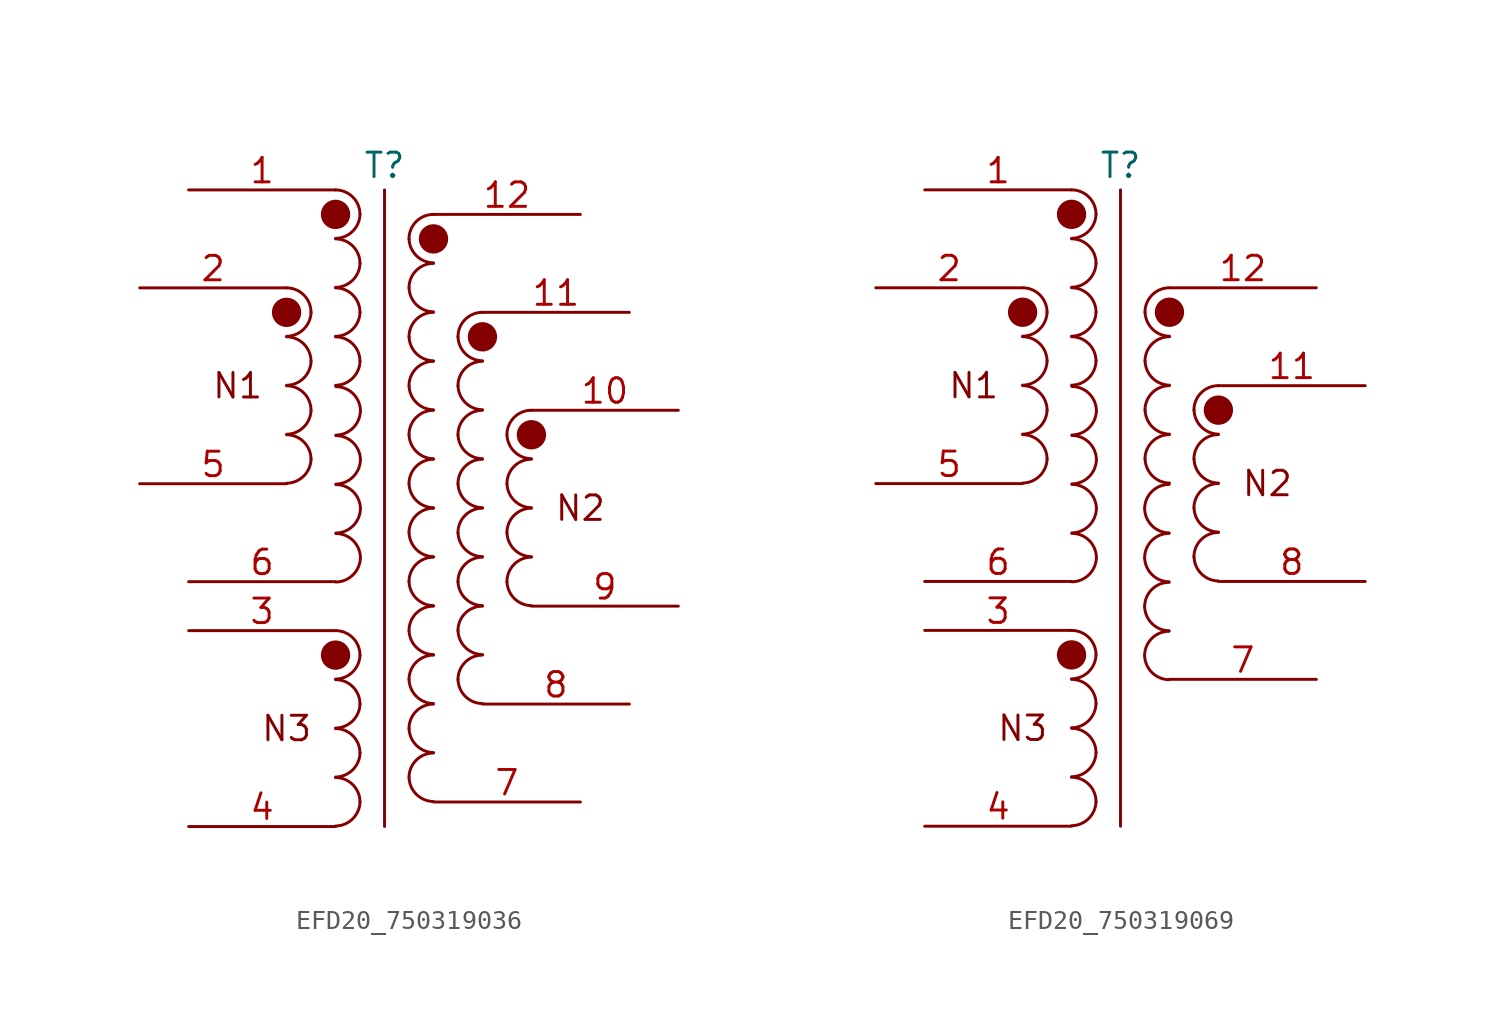
<source format=kicad_sym>
(kicad_symbol_lib
  (version 20220914)
  (generator kicad_symbol_editor)
  (symbol "EFD20_750319036"
    (pin_names hide)
    (property "Reference" "T"
      (at 0 17.78 0)
      (effects (font (size 1.27 1.27))))
    (property "Critical Parameter" ""
      (at 0 -5.08 0)
      (effects (font (size 1.27 1.27)) (justify left)))
    (symbol "EFD20_750319036_0_1"
      (arc (start -5.08 1.2954) (mid -4.1961 1.6637) (end -3.81 2.54) (stroke (width 0) (type default)) (fill (type none)))
      (arc (start -5.08 3.8354) (mid -4.1961 4.2037) (end -3.81 5.08) (stroke (width 0) (type default)) (fill (type none)))
      (arc (start -5.08 6.3754) (mid -4.1961 6.7437) (end -3.81 7.62) (stroke (width 0) (type default)) (fill (type none)))
      (arc (start -5.08 8.9154) (mid -4.1961 9.2837) (end -3.81 10.16) (stroke (width 0) (type default)) (fill (type none)))
      (arc (start -3.81 2.54) (mid -4.182 3.438) (end -5.08 3.81) (stroke (width 0) (type default)) (fill (type none)))
      (arc (start -3.81 5.08) (mid -4.182 5.978) (end -5.08 6.35) (stroke (width 0) (type default)) (fill (type none)))
      (arc (start -3.81 7.62) (mid -4.182 8.518) (end -5.08 8.89) (stroke (width 0) (type default)) (fill (type none)))
      (arc (start -3.81 10.16) (mid -4.182 11.058) (end -5.08 11.43) (stroke (width 0) (type default)) (fill (type none)))
      (arc (start -2.54 -16.4846) (mid -1.6561 -16.1163) (end -1.27 -15.24) (stroke (width 0) (type default)) (fill (type none)))
      (arc (start -2.54 -13.9446) (mid -1.6561 -13.5763) (end -1.27 -12.7) (stroke (width 0) (type default)) (fill (type none)))
      (arc (start -2.54 -11.4046) (mid -1.6561 -11.0363) (end -1.27 -10.16) (stroke (width 0) (type default)) (fill (type none)))
      (arc (start -2.54 -8.8646) (mid -1.6561 -8.4963) (end -1.27 -7.62) (stroke (width 0) (type default)) (fill (type none)))
      (arc (start -2.54 6.3754) (mid -1.6561 6.7437) (end -1.27 7.62) (stroke (width 0) (type default)) (fill (type none)))
      (arc (start -2.54 8.9154) (mid -1.6561 9.2837) (end -1.27 10.16) (stroke (width 0) (type default)) (fill (type none)))
      (arc (start -2.54 11.4554) (mid -1.6561 11.8237) (end -1.27 12.7) (stroke (width 0) (type default)) (fill (type none)))
      (arc (start -2.54 13.9954) (mid -1.6561 14.3637) (end -1.27 15.24) (stroke (width 0) (type default)) (fill (type none)))
      (arc (start -2.5215 -3.8291) (mid -1.6376 -3.4608) (end -1.2515 -2.5845) (stroke (width 0) (type default)) (fill (type none)))
      (arc (start -2.5215 -1.2891) (mid -1.6376 -0.9208) (end -1.2515 -0.0445) (stroke (width 0) (type default)) (fill (type none)))
      (arc (start -2.5215 1.2509) (mid -1.6376 1.6192) (end -1.2515 2.4955) (stroke (width 0) (type default)) (fill (type none)))
      (arc (start -2.5215 3.7909) (mid -1.6376 4.1592) (end -1.2515 5.0355) (stroke (width 0) (type default)) (fill (type none)))
      (arc (start -1.27 -15.24) (mid -1.642 -14.342) (end -2.54 -13.97) (stroke (width 0) (type default)) (fill (type none)))
      (arc (start -1.27 -12.7) (mid -1.642 -11.802) (end -2.54 -11.43) (stroke (width 0) (type default)) (fill (type none)))
      (arc (start -1.27 -10.16) (mid -1.642 -9.262) (end -2.54 -8.89) (stroke (width 0) (type default)) (fill (type none)))
      (arc (start -1.27 -7.62) (mid -1.642 -6.722) (end -2.54 -6.35) (stroke (width 0) (type default)) (fill (type none)))
      (arc (start -1.27 7.62) (mid -1.642 8.518) (end -2.54 8.89) (stroke (width 0) (type default)) (fill (type none)))
      (arc (start -1.27 10.16) (mid -1.642 11.058) (end -2.54 11.43) (stroke (width 0) (type default)) (fill (type none)))
      (arc (start -1.27 12.7) (mid -1.642 13.598) (end -2.54 13.97) (stroke (width 0) (type default)) (fill (type none)))
      (arc (start -1.27 15.24) (mid -1.642 16.138) (end -2.54 16.51) (stroke (width 0) (type default)) (fill (type none)))
      (arc (start -1.2515 -2.5845) (mid -1.6235 -1.6865) (end -2.5215 -1.3145) (stroke (width 0) (type default)) (fill (type none)))
      (arc (start -1.2515 -0.0445) (mid -1.6235 0.8535) (end -2.5215 1.2255) (stroke (width 0) (type default)) (fill (type none)))
      (arc (start -1.2515 2.4955) (mid -1.6235 3.3935) (end -2.5215 3.7655) (stroke (width 0) (type default)) (fill (type none)))
      (arc (start -1.2515 5.0355) (mid -1.6235 5.9335) (end -2.5215 6.3055) (stroke (width 0) (type default)) (fill (type none)))
      (polyline (pts (xy 0 16.51) (xy 0 -16.51)) (stroke (width 0) (type default)) (fill (type none)))
      (arc (start 1.27 -13.97) (mid 1.656 -14.8464) (end 2.54 -15.2146) (stroke (width 0) (type default)) (fill (type none)))
      (arc (start 1.27 -11.43) (mid 1.656 -12.3064) (end 2.54 -12.6746) (stroke (width 0) (type default)) (fill (type none)))
      (arc (start 1.27 -8.89) (mid 1.656 -9.7664) (end 2.54 -10.1346) (stroke (width 0) (type default)) (fill (type none)))
      (arc (start 1.27 -6.35) (mid 1.656 -7.2264) (end 2.54 -7.5946) (stroke (width 0) (type default)) (fill (type none)))
      (arc (start 1.27 -3.81) (mid 1.656 -4.6864) (end 2.54 -5.0546) (stroke (width 0) (type default)) (fill (type none)))
      (arc (start 1.27 -1.27) (mid 1.656 -2.1464) (end 2.54 -2.5146) (stroke (width 0) (type default)) (fill (type none)))
      (arc (start 1.27 1.27) (mid 1.656 0.3936) (end 2.54 0.0254) (stroke (width 0) (type default)) (fill (type none)))
      (arc (start 1.27 3.81) (mid 1.656 2.9336) (end 2.54 2.5654) (stroke (width 0) (type default)) (fill (type none)))
      (arc (start 1.27 6.35) (mid 1.656 5.4736) (end 2.54 5.1054) (stroke (width 0) (type default)) (fill (type none)))
      (arc (start 1.27 8.89) (mid 1.656 8.0136) (end 2.54 7.6454) (stroke (width 0) (type default)) (fill (type none)))
      (arc (start 1.27 11.43) (mid 1.656 10.5536) (end 2.54 10.1854) (stroke (width 0) (type default)) (fill (type none)))
      (arc (start 1.27 13.97) (mid 1.656 13.0936) (end 2.54 12.7254) (stroke (width 0) (type default)) (fill (type none)))
      (arc (start 2.54 -12.7) (mid 1.642 -13.072) (end 1.27 -13.97) (stroke (width 0) (type default)) (fill (type none)))
      (arc (start 2.54 -10.16) (mid 1.642 -10.532) (end 1.27 -11.43) (stroke (width 0) (type default)) (fill (type none)))
      (arc (start 2.54 -7.62) (mid 1.642 -7.992) (end 1.27 -8.89) (stroke (width 0) (type default)) (fill (type none)))
      (arc (start 2.54 -5.08) (mid 1.642 -5.452) (end 1.27 -6.35) (stroke (width 0) (type default)) (fill (type none)))
      (arc (start 2.54 -2.54) (mid 1.642 -2.912) (end 1.27 -3.81) (stroke (width 0) (type default)) (fill (type none)))
      (arc (start 2.54 0) (mid 1.642 -0.372) (end 1.27 -1.27) (stroke (width 0) (type default)) (fill (type none)))
      (arc (start 2.54 2.54) (mid 1.642 2.168) (end 1.27 1.27) (stroke (width 0) (type default)) (fill (type none)))
      (arc (start 2.54 5.08) (mid 1.642 4.708) (end 1.27 3.81) (stroke (width 0) (type default)) (fill (type none)))
      (arc (start 2.54 7.62) (mid 1.642 7.248) (end 1.27 6.35) (stroke (width 0) (type default)) (fill (type none)))
      (arc (start 2.54 10.16) (mid 1.642 9.788) (end 1.27 8.89) (stroke (width 0) (type default)) (fill (type none)))
      (arc (start 2.54 12.7) (mid 1.642 12.328) (end 1.27 11.43) (stroke (width 0) (type default)) (fill (type none)))
      (arc (start 2.54 15.24) (mid 1.642 14.868) (end 1.27 13.97) (stroke (width 0) (type default)) (fill (type none)))
      (arc (start 3.81 -8.89) (mid 4.196 -9.7664) (end 5.08 -10.1346) (stroke (width 0) (type default)) (fill (type none)))
      (arc (start 3.81 -6.35) (mid 4.196 -7.2264) (end 5.08 -7.5946) (stroke (width 0) (type default)) (fill (type none)))
      (arc (start 3.81 -3.81) (mid 4.196 -4.6864) (end 5.08 -5.0546) (stroke (width 0) (type default)) (fill (type none)))
      (arc (start 3.81 -1.27) (mid 4.196 -2.1464) (end 5.08 -2.5146) (stroke (width 0) (type default)) (fill (type none)))
      (arc (start 3.81 1.27) (mid 4.196 0.3936) (end 5.08 0.0254) (stroke (width 0) (type default)) (fill (type none)))
      (arc (start 3.81 3.81) (mid 4.196 2.9336) (end 5.08 2.5654) (stroke (width 0) (type default)) (fill (type none)))
      (arc (start 3.81 6.35) (mid 4.196 5.4736) (end 5.08 5.1054) (stroke (width 0) (type default)) (fill (type none)))
      (arc (start 3.81 8.89) (mid 4.196 8.0136) (end 5.08 7.6454) (stroke (width 0) (type default)) (fill (type none)))
      (arc (start 5.08 -7.62) (mid 4.182 -7.992) (end 3.81 -8.89) (stroke (width 0) (type default)) (fill (type none)))
      (arc (start 5.08 -5.08) (mid 4.182 -5.452) (end 3.81 -6.35) (stroke (width 0) (type default)) (fill (type none)))
      (arc (start 5.08 -2.54) (mid 4.182 -2.912) (end 3.81 -3.81) (stroke (width 0) (type default)) (fill (type none)))
      (arc (start 5.08 0) (mid 4.182 -0.372) (end 3.81 -1.27) (stroke (width 0) (type default)) (fill (type none)))
      (arc (start 5.08 2.54) (mid 4.182 2.168) (end 3.81 1.27) (stroke (width 0) (type default)) (fill (type none)))
      (arc (start 5.08 5.08) (mid 4.182 4.708) (end 3.81 3.81) (stroke (width 0) (type default)) (fill (type none)))
      (arc (start 5.08 7.62) (mid 4.182 7.248) (end 3.81 6.35) (stroke (width 0) (type default)) (fill (type none)))
      (arc (start 5.08 10.16) (mid 4.182 9.788) (end 3.81 8.89) (stroke (width 0) (type default)) (fill (type none)))
      (arc (start 6.35 -3.81) (mid 6.7361 -4.6863) (end 7.62 -5.0546) (stroke (width 0) (type default)) (fill (type none)))
      (arc (start 6.35 -1.27) (mid 6.7361 -2.1463) (end 7.62 -2.5146) (stroke (width 0) (type default)) (fill (type none)))
      (arc (start 6.35 1.27) (mid 6.7361 0.3937) (end 7.62 0.0254) (stroke (width 0) (type default)) (fill (type none)))
      (arc (start 6.35 3.81) (mid 6.7361 2.9337) (end 7.62 2.5654) (stroke (width 0) (type default)) (fill (type none)))
      (arc (start 7.62 -2.54) (mid 6.722 -2.912) (end 6.35 -3.81) (stroke (width 0) (type default)) (fill (type none)))
      (arc (start 7.62 0) (mid 6.722 -0.372) (end 6.35 -1.27) (stroke (width 0) (type default)) (fill (type none)))
      (arc (start 7.62 2.54) (mid 6.722 2.168) (end 6.35 1.27) (stroke (width 0) (type default)) (fill (type none)))
      (arc (start 7.62 5.08) (mid 6.722 4.708) (end 6.35 3.81) (stroke (width 0) (type default)) (fill (type none))))
    (symbol "EFD20_750319036_1_1"
      (circle (center -5.08 10.16) (radius 0.0001) (stroke (width 0.762) (type default)) (fill (type none)))
      (circle (center -2.54 -7.62) (radius 0.0001) (stroke (width 0.762) (type default)) (fill (type none)))
      (circle (center -2.54 15.24) (radius 0.0001) (stroke (width 0.762) (type default)) (fill (type none)))
      (circle (center 2.54 13.97) (radius 0.0001) (stroke (width 0.762) (type default)) (fill (type none)))
      (circle (center 5.08 8.89) (radius 0.0001) (stroke (width 0.762) (type default)) (fill (type none)))
      (circle (center 7.62 3.81) (radius 0.0001) (stroke (width 0.762) (type default)) (fill (type none)))
      (text "N1" (at -7.62 6.35 0) (effects (font (size 1.27 1.27))))
      (text "N2" (at 10.16 0 0) (effects (font (size 1.27 1.27))))
      (text "N3" (at -5.08 -11.43 0) (effects (font (size 1.27 1.27))))
      (pin passive line (at -10.16 16.51 0) (length 7.62) (name "1" (effects (font (size 1.27 1.27)))) (number "1" (effects (font (size 1.27 1.27)))))
      (pin passive line (at 15.24 5.08 180) (length 7.62) (name "10" (effects (font (size 1.27 1.27)))) (number "10" (effects (font (size 1.27 1.27)))))
      (pin passive line (at 12.7 10.16 180) (length 7.62) (name "11" (effects (font (size 1.27 1.27)))) (number "11" (effects (font (size 1.27 1.27)))))
      (pin passive line (at 10.16 15.24 180) (length 7.62) (name "12" (effects (font (size 1.27 1.27)))) (number "12" (effects (font (size 1.27 1.27)))))
      (pin passive line (at -12.7 11.43 0) (length 7.62) (name "2" (effects (font (size 1.27 1.27)))) (number "2" (effects (font (size 1.27 1.27)))))
      (pin passive line (at -10.16 -6.35 0) (length 7.62) (name "3" (effects (font (size 1.27 1.27)))) (number "3" (effects (font (size 1.27 1.27)))))
      (pin passive line (at -10.16 -16.51 0) (length 7.62) (name "4" (effects (font (size 1.27 1.27)))) (number "4" (effects (font (size 1.27 1.27)))))
      (pin passive line (at -12.7 1.27 0) (length 7.62) (name "5" (effects (font (size 1.27 1.27)))) (number "5" (effects (font (size 1.27 1.27)))))
      (pin passive line (at -10.16 -3.81 0) (length 7.62) (name "6" (effects (font (size 1.27 1.27)))) (number "6" (effects (font (size 1.27 1.27)))))
      (pin passive line (at 10.16 -15.24 180) (length 7.62) (name "7" (effects (font (size 1.27 1.27)))) (number "7" (effects (font (size 1.27 1.27)))))
      (pin passive line (at 12.7 -10.16 180) (length 7.62) (name "8" (effects (font (size 1.27 1.27)))) (number "8" (effects (font (size 1.27 1.27)))))
      (pin passive line (at 15.24 -5.08 180) (length 7.62) (name "9" (effects (font (size 1.27 1.27)))) (number "9" (effects (font (size 1.27 1.27)))))))
  (symbol "EFD20_750319069"
    (pin_names hide)
    (property "Reference" "T"
      (at 0 16.51 0)
      (effects (font (size 1.27 1.27))))
    (property "Critical Parameter" ""
      (at 0 -5.08 0)
      (effects (font (size 1.27 1.27)) (justify left)))
    (symbol "EFD20_750319069_0_1"
      (arc (start -5.08 0.0254) (mid -4.1961 0.3937) (end -3.81 1.27) (stroke (width 0) (type default)) (fill (type none)))
      (arc (start -5.08 2.5654) (mid -4.1961 2.9337) (end -3.81 3.81) (stroke (width 0) (type default)) (fill (type none)))
      (arc (start -5.08 5.1054) (mid -4.1961 5.4737) (end -3.81 6.35) (stroke (width 0) (type default)) (fill (type none)))
      (arc (start -5.08 7.6454) (mid -4.1961 8.0137) (end -3.81 8.89) (stroke (width 0) (type default)) (fill (type none)))
      (arc (start -3.81 1.27) (mid -4.182 2.168) (end -5.08 2.54) (stroke (width 0) (type default)) (fill (type none)))
      (arc (start -3.81 3.81) (mid -4.182 4.708) (end -5.08 5.08) (stroke (width 0) (type default)) (fill (type none)))
      (arc (start -3.81 6.35) (mid -4.182 7.248) (end -5.08 7.62) (stroke (width 0) (type default)) (fill (type none)))
      (arc (start -3.81 8.89) (mid -4.182 9.788) (end -5.08 10.16) (stroke (width 0) (type default)) (fill (type none)))
      (arc (start -2.54 -17.7546) (mid -1.6561 -17.3863) (end -1.27 -16.51) (stroke (width 0) (type default)) (fill (type none)))
      (arc (start -2.54 -15.2146) (mid -1.6561 -14.8463) (end -1.27 -13.97) (stroke (width 0) (type default)) (fill (type none)))
      (arc (start -2.54 -12.6746) (mid -1.6561 -12.3063) (end -1.27 -11.43) (stroke (width 0) (type default)) (fill (type none)))
      (arc (start -2.54 -10.1346) (mid -1.6561 -9.7663) (end -1.27 -8.89) (stroke (width 0) (type default)) (fill (type none)))
      (arc (start -2.54 5.1054) (mid -1.6561 5.4737) (end -1.27 6.35) (stroke (width 0) (type default)) (fill (type none)))
      (arc (start -2.54 7.6454) (mid -1.6561 8.0137) (end -1.27 8.89) (stroke (width 0) (type default)) (fill (type none)))
      (arc (start -2.54 10.1854) (mid -1.6561 10.5537) (end -1.27 11.43) (stroke (width 0) (type default)) (fill (type none)))
      (arc (start -2.54 12.7254) (mid -1.6561 13.0937) (end -1.27 13.97) (stroke (width 0) (type default)) (fill (type none)))
      (arc (start -2.5215 -5.0991) (mid -1.6376 -4.7308) (end -1.2515 -3.8545) (stroke (width 0) (type default)) (fill (type none)))
      (arc (start -2.5215 -2.5591) (mid -1.6376 -2.1908) (end -1.2515 -1.3145) (stroke (width 0) (type default)) (fill (type none)))
      (arc (start -2.5215 -0.0191) (mid -1.6376 0.3492) (end -1.2515 1.2255) (stroke (width 0) (type default)) (fill (type none)))
      (arc (start -2.5215 2.5209) (mid -1.6376 2.8892) (end -1.2515 3.7655) (stroke (width 0) (type default)) (fill (type none)))
      (arc (start -1.27 -16.51) (mid -1.642 -15.612) (end -2.54 -15.24) (stroke (width 0) (type default)) (fill (type none)))
      (arc (start -1.27 -13.97) (mid -1.642 -13.072) (end -2.54 -12.7) (stroke (width 0) (type default)) (fill (type none)))
      (arc (start -1.27 -11.43) (mid -1.642 -10.532) (end -2.54 -10.16) (stroke (width 0) (type default)) (fill (type none)))
      (arc (start -1.27 -8.89) (mid -1.642 -7.992) (end -2.54 -7.62) (stroke (width 0) (type default)) (fill (type none)))
      (arc (start -1.27 6.35) (mid -1.642 7.248) (end -2.54 7.62) (stroke (width 0) (type default)) (fill (type none)))
      (arc (start -1.27 8.89) (mid -1.642 9.788) (end -2.54 10.16) (stroke (width 0) (type default)) (fill (type none)))
      (arc (start -1.27 11.43) (mid -1.642 12.328) (end -2.54 12.7) (stroke (width 0) (type default)) (fill (type none)))
      (arc (start -1.27 13.97) (mid -1.642 14.868) (end -2.54 15.24) (stroke (width 0) (type default)) (fill (type none)))
      (arc (start -1.2515 -3.8545) (mid -1.6235 -2.9565) (end -2.5215 -2.5845) (stroke (width 0) (type default)) (fill (type none)))
      (arc (start -1.2515 -1.3145) (mid -1.6235 -0.4165) (end -2.5215 -0.0445) (stroke (width 0) (type default)) (fill (type none)))
      (arc (start -1.2515 1.2255) (mid -1.6235 2.1235) (end -2.5215 2.4955) (stroke (width 0) (type default)) (fill (type none)))
      (arc (start -1.2515 3.7655) (mid -1.6235 4.6635) (end -2.5215 5.0355) (stroke (width 0) (type default)) (fill (type none)))
      (polyline (pts (xy 0 15.24) (xy 0 -17.78)) (stroke (width 0) (type default)) (fill (type none)))
      (arc (start 1.2515 -8.9345) (mid 1.6376 -9.8108) (end 2.5215 -10.1791) (stroke (width 0) (type default)) (fill (type none)))
      (arc (start 1.2515 -6.3945) (mid 1.6376 -7.2708) (end 2.5215 -7.6391) (stroke (width 0) (type default)) (fill (type none)))
      (arc (start 1.2515 -3.8545) (mid 1.6376 -4.7308) (end 2.5215 -5.0991) (stroke (width 0) (type default)) (fill (type none)))
      (arc (start 1.2515 -1.3145) (mid 1.6376 -2.1908) (end 2.5215 -2.5591) (stroke (width 0) (type default)) (fill (type none)))
      (arc (start 1.27 1.27) (mid 1.6561 0.3937) (end 2.54 0.0254) (stroke (width 0) (type default)) (fill (type none)))
      (arc (start 1.27 3.81) (mid 1.6561 2.9337) (end 2.54 2.5654) (stroke (width 0) (type default)) (fill (type none)))
      (arc (start 1.27 6.35) (mid 1.6561 5.4737) (end 2.54 5.1054) (stroke (width 0) (type default)) (fill (type none)))
      (arc (start 1.27 8.89) (mid 1.6561 8.0137) (end 2.54 7.6454) (stroke (width 0) (type default)) (fill (type none)))
      (arc (start 2.5215 -7.6645) (mid 1.6235 -8.0365) (end 1.2515 -8.9345) (stroke (width 0) (type default)) (fill (type none)))
      (arc (start 2.5215 -5.1245) (mid 1.6235 -5.4965) (end 1.2515 -6.3945) (stroke (width 0) (type default)) (fill (type none)))
      (arc (start 2.5215 -2.5845) (mid 1.6235 -2.9565) (end 1.2515 -3.8545) (stroke (width 0) (type default)) (fill (type none)))
      (arc (start 2.5215 -0.0445) (mid 1.6235 -0.4165) (end 1.2515 -1.3145) (stroke (width 0) (type default)) (fill (type none)))
      (arc (start 2.54 2.54) (mid 1.642 2.168) (end 1.27 1.27) (stroke (width 0) (type default)) (fill (type none)))
      (arc (start 2.54 5.08) (mid 1.642 4.708) (end 1.27 3.81) (stroke (width 0) (type default)) (fill (type none)))
      (arc (start 2.54 7.62) (mid 1.642 7.248) (end 1.27 6.35) (stroke (width 0) (type default)) (fill (type none)))
      (arc (start 2.54 10.16) (mid 1.642 9.788) (end 1.27 8.89) (stroke (width 0) (type default)) (fill (type none)))
      (arc (start 3.81 -3.81) (mid 4.1961 -4.6863) (end 5.08 -5.0546) (stroke (width 0) (type default)) (fill (type none)))
      (arc (start 3.81 -1.27) (mid 4.1961 -2.1463) (end 5.08 -2.5146) (stroke (width 0) (type default)) (fill (type none)))
      (arc (start 3.81 1.27) (mid 4.1961 0.3937) (end 5.08 0.0254) (stroke (width 0) (type default)) (fill (type none)))
      (arc (start 3.81 3.81) (mid 4.1961 2.9337) (end 5.08 2.5654) (stroke (width 0) (type default)) (fill (type none)))
      (arc (start 5.08 -2.54) (mid 4.182 -2.912) (end 3.81 -3.81) (stroke (width 0) (type default)) (fill (type none)))
      (arc (start 5.08 0) (mid 4.182 -0.372) (end 3.81 -1.27) (stroke (width 0) (type default)) (fill (type none)))
      (arc (start 5.08 2.54) (mid 4.182 2.168) (end 3.81 1.27) (stroke (width 0) (type default)) (fill (type none)))
      (arc (start 5.08 5.08) (mid 4.182 4.708) (end 3.81 3.81) (stroke (width 0) (type default)) (fill (type none))))
    (symbol "EFD20_750319069_1_1"
      (circle (center -5.08 8.89) (radius 0.0001) (stroke (width 0.762) (type default)) (fill (type none)))
      (circle (center -2.54 -8.89) (radius 0.0001) (stroke (width 0.762) (type default)) (fill (type none)))
      (circle (center -2.54 13.97) (radius 0.0001) (stroke (width 0.762) (type default)) (fill (type none)))
      (circle (center 2.54 8.89) (radius 0.0001) (stroke (width 0.762) (type default)) (fill (type none)))
      (circle (center 5.08 3.81) (radius 0.0001) (stroke (width 0.762) (type default)) (fill (type none)))
      (text "N1" (at -7.62 5.08 0) (effects (font (size 1.27 1.27))))
      (text "N2" (at 7.62 0 0) (effects (font (size 1.27 1.27))))
      (text "N3" (at -5.08 -12.7 0) (effects (font (size 1.27 1.27))))
      (pin passive line (at -10.16 15.24 0) (length 7.62) (name "1" (effects (font (size 1.27 1.27)))) (number "1" (effects (font (size 1.27 1.27)))))
      (pin passive line (at 12.7 5.08 180) (length 7.62) (name "11" (effects (font (size 1.27 1.27)))) (number "11" (effects (font (size 1.27 1.27)))))
      (pin passive line (at 10.16 10.16 180) (length 7.62) (name "12" (effects (font (size 1.27 1.27)))) (number "12" (effects (font (size 1.27 1.27)))))
      (pin passive line (at -12.7 10.16 0) (length 7.62) (name "2" (effects (font (size 1.27 1.27)))) (number "2" (effects (font (size 1.27 1.27)))))
      (pin passive line (at -10.16 -7.62 0) (length 7.62) (name "3" (effects (font (size 1.27 1.27)))) (number "3" (effects (font (size 1.27 1.27)))))
      (pin passive line (at -10.16 -17.78 0) (length 7.62) (name "4" (effects (font (size 1.27 1.27)))) (number "4" (effects (font (size 1.27 1.27)))))
      (pin passive line (at -12.7 0 0) (length 7.62) (name "5" (effects (font (size 1.27 1.27)))) (number "5" (effects (font (size 1.27 1.27)))))
      (pin passive line (at -10.16 -5.08 0) (length 7.62) (name "6" (effects (font (size 1.27 1.27)))) (number "6" (effects (font (size 1.27 1.27)))))
      (pin passive line (at 10.16 -10.16 180) (length 7.62) (name "7" (effects (font (size 1.27 1.27)))) (number "7" (effects (font (size 1.27 1.27)))))
      (pin passive line (at 12.7 -5.08 180) (length 7.62) (name "8" (effects (font (size 1.27 1.27)))) (number "8" (effects (font (size 1.27 1.27))))))))
</source>
